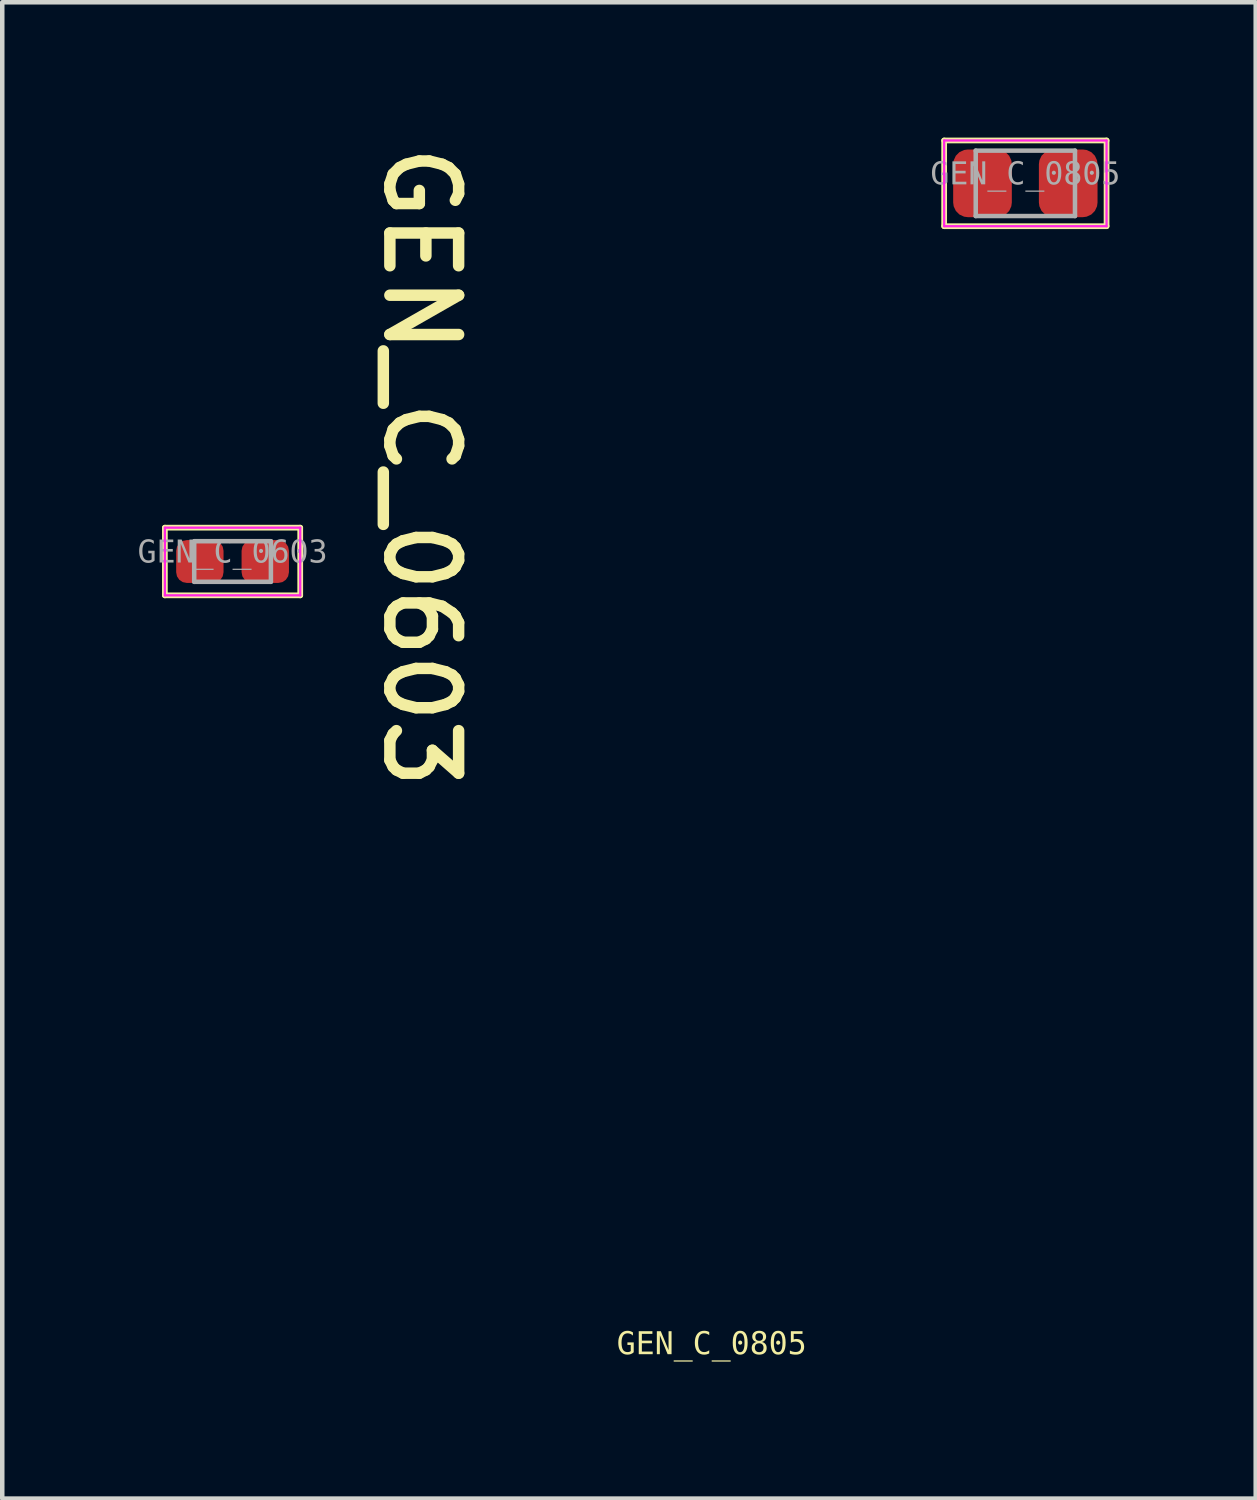
<source format=kicad_pcb>
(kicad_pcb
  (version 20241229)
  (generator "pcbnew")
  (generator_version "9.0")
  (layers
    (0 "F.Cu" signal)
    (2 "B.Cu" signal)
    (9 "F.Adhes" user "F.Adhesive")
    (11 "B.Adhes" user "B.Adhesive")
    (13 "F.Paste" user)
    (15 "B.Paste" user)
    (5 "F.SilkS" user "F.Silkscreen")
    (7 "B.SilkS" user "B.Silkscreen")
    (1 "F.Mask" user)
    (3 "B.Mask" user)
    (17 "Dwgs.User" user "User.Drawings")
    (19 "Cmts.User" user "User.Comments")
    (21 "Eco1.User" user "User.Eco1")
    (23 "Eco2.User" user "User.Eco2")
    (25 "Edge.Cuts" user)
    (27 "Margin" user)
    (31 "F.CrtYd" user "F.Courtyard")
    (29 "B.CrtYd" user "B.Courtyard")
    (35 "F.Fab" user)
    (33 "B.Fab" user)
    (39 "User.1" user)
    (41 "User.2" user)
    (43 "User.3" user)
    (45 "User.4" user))
  (footprint "GEN_C_0603"
    (layer "F.Cu")
    (at 2.105 9.397)
    (property "Reference" "GEN_C_0603" (at 4.179 -2.093 270) (unlocked yes) (layer "F.SilkS") (effects (font (size 1.524 1.524) (thickness 0.254))))
    (fp_line (start -1.5 -0.75) (end 1.5 -0.75) (stroke (width 0.127) (type solid)) (layer "F.SilkS"))
    (fp_line (start -1.5 0.75) (end -1.5 -0.75) (stroke (width 0.127) (type solid)) (layer "F.SilkS"))
    (fp_line (start -1.5 0.75) (end 1.5 0.75) (stroke (width 0.127) (type solid)) (layer "F.SilkS"))
    (fp_line (start 1.5 0.75) (end 1.5 -0.75) (stroke (width 0.127) (type solid)) (layer "F.SilkS"))
    (fp_line (start -1.5 -0.75) (end 1.5 -0.75) (stroke (width 0.05) (type solid)) (layer "F.CrtYd"))
    (fp_line (start -1.5 0.75) (end -1.5 -0.75) (stroke (width 0.05) (type solid)) (layer "F.CrtYd"))
    (fp_line (start -1.5 0.75) (end 1.5 0.75) (stroke (width 0.05) (type solid)) (layer "F.CrtYd"))
    (fp_line (start 1.5 0.75) (end 1.5 -0.75) (stroke (width 0.05) (type solid)) (layer "F.CrtYd"))
    (fp_line (start -0.85 -0.45) (end 0.85 -0.45) (stroke (width 0.1) (type solid)) (layer "F.Fab"))
    (fp_line (start -0.85 0.45) (end -0.85 -0.45) (stroke (width 0.1) (type solid)) (layer "F.Fab"))
    (fp_line (start -0.85 0.45) (end 0.85 0.45) (stroke (width 0.1) (type solid)) (layer "F.Fab"))
    (fp_line (start 0.85 0.45) (end 0.85 -0.45) (stroke (width 0.1) (type solid)) (layer "F.Fab"))
    (fp_line (start -0.45 0) (end 0.45 0) (stroke (width 0.1) (type solid)) (layer "User.2"))
    (fp_line (start 0 0.45) (end 0 -0.45) (stroke (width 0.1) (type solid)) (layer "User.2"))
    (fp_text user "${REFERENCE}" (at -0.000005 -0.185 0) (unlocked yes) (layer "F.Fab") (effects (font (face "Consolas") (size 0.5 0.5) (thickness 0.254))))
    (pad "1" smd roundrect (at -0.725 0 90) (size 0.95 1.05) (layers "F.Cu" "F.Mask" "F.Paste") (roundrect_rratio 0.25))
    (pad "2" smd roundrect (at 0.725 0 90) (size 0.95 1.05) (layers "F.Cu" "F.Mask" "F.Paste") (roundrect_rratio 0.25)))
  (footprint "GEN_C_0805"
    (layer "F.Cu")
    (at 19.679 1.014)
    (property "Reference" "GEN_C_0805" (at -6.953 25.747 0) (unlocked yes) (layer "F.SilkS") (effects (font (face "Consolas") (size 0.5 0.5) (thickness 0.254))))
    (fp_line (start -1.8 0.95) (end -1.8 -0.95) (stroke (width 0.127) (type solid)) (layer "F.SilkS"))
    (fp_line (start 1.8 -0.95) (end -1.8 -0.95) (stroke (width 0.127) (type solid)) (layer "F.SilkS"))
    (fp_line (start 1.8 0.95) (end -1.8 0.95) (stroke (width 0.127) (type solid)) (layer "F.SilkS"))
    (fp_line (start 1.8 0.95) (end 1.8 -0.95) (stroke (width 0.127) (type solid)) (layer "F.SilkS"))
    (fp_line (start -1.8 0.95) (end -1.8 -0.95) (stroke (width 0.05) (type solid)) (layer "F.CrtYd"))
    (fp_line (start 1.8 -0.95) (end -1.8 -0.95) (stroke (width 0.05) (type solid)) (layer "F.CrtYd"))
    (fp_line (start 1.8 0.95) (end -1.8 0.95) (stroke (width 0.05) (type solid)) (layer "F.CrtYd"))
    (fp_line (start 1.8 0.95) (end 1.8 -0.95) (stroke (width 0.05) (type solid)) (layer "F.CrtYd"))
    (fp_line (start -1.1 0.725) (end -1.1 -0.725) (stroke (width 0.1) (type solid)) (layer "F.Fab"))
    (fp_line (start 1.1 -0.725) (end -1.1 -0.725) (stroke (width 0.1) (type solid)) (layer "F.Fab"))
    (fp_line (start 1.1 0.725) (end -1.1 0.725) (stroke (width 0.1) (type solid)) (layer "F.Fab"))
    (fp_line (start 1.1 0.725) (end 1.1 -0.725) (stroke (width 0.1) (type solid)) (layer "F.Fab"))
    (fp_line (start 0 0.5) (end 0 -0.5) (stroke (width 0.1) (type solid)) (layer "User.2"))
    (fp_line (start 0.5 0) (end -0.5 0) (stroke (width 0.1) (type solid)) (layer "User.2"))
    (fp_text user "${REFERENCE}" (at 0 -0.185 0) (unlocked yes) (layer "F.Fab") (effects (font (face "Consolas") (size 0.5 0.5) (thickness 0.254))))
    (pad "1" smd roundrect (at -0.95 0 90) (size 1.5 1.3) (layers "F.Cu" "F.Mask" "F.Paste") (roundrect_rratio 0.25))
    (pad "2" smd roundrect (at 0.95 0 90) (size 1.5 1.3) (layers "F.Cu" "F.Mask" "F.Paste") (roundrect_rratio 0.25)))
  (gr_rect
    (start -3 -3)
    (end 24.785 30.169)
    (stroke (width 0.1) (type default))
    (fill no)
    (layer "Edge.Cuts")))
</source>
